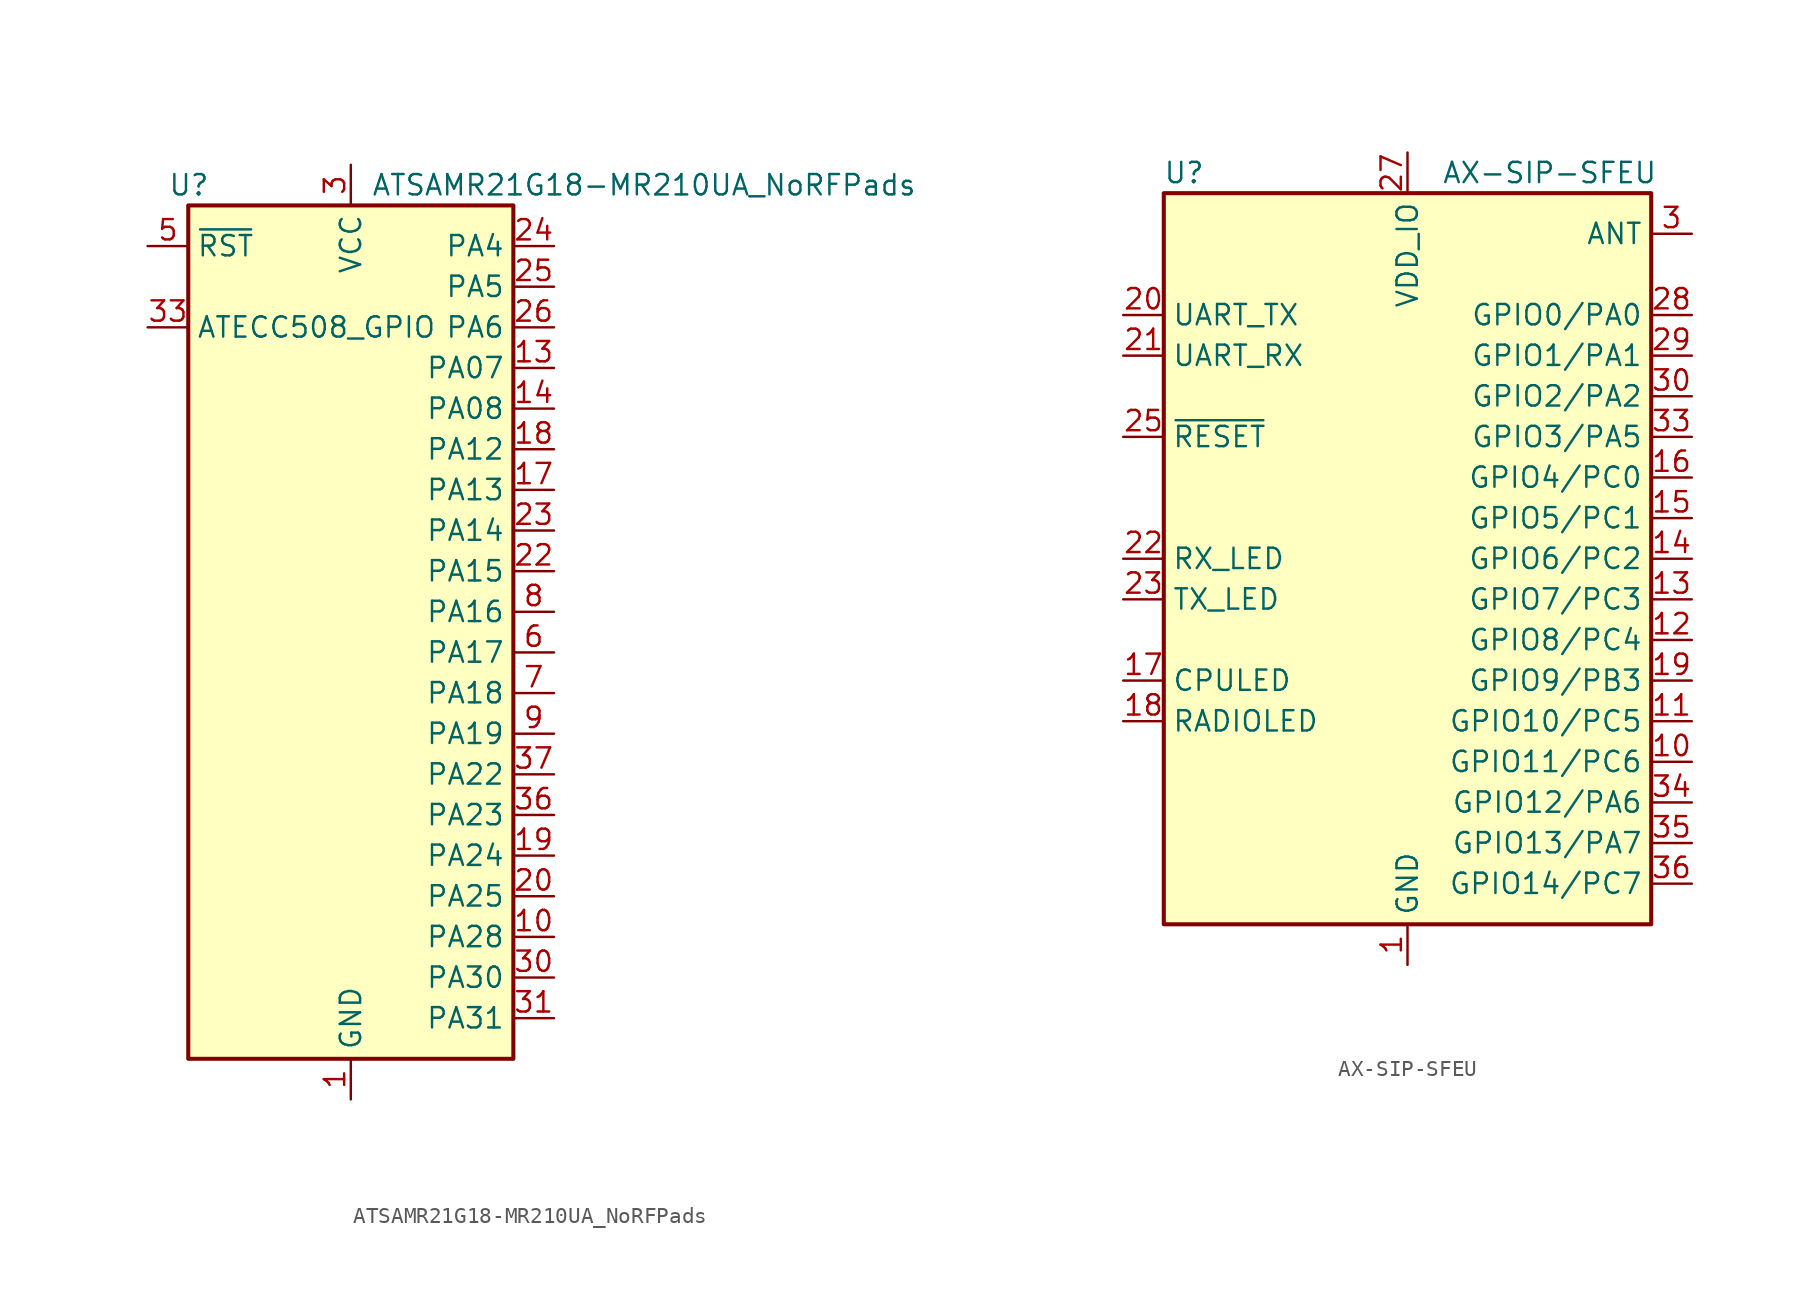
<source format=kicad_sym>
(kicad_symbol_lib
  (version 20241209)
  (generator "kicad_symbol_editor")
  (generator_version "9.0")
  (symbol "ATSAMR21G18-MR210UA_NoRFPads"
    (property "Reference" "U"
      (at -11.43 29.21 0)
      (effects (font (size 1.27 1.27)) (justify left)))
    (property "Value" "ATSAMR21G18-MR210UA_NoRFPads"
      (at 1.27 29.21 0)
      (effects (font (size 1.27 1.27)) (justify left)))
    (symbol "ATSAMR21G18-MR210UA_NoRFPads_1_1"
      (rectangle (start -10.16 27.94) (end 10.16 -25.4) (stroke (width 0.254) (type default)) (fill (type background)))
      (pin input line (at -12.7 25.4 0) (length 2.54) (name "~{RST}" (effects (font (size 1.27 1.27)))) (number "5" (effects (font (size 1.27 1.27)))))
      (pin bidirectional line (at -12.7 20.32 0) (length 2.54) (name "ATECC508_GPIO" (effects (font (size 1.27 1.27)))) (number "33" (effects (font (size 1.27 1.27)))))
      (pin no_connect line (at -10.16 15.24 0) (length 2.54) (hide yes) (name "NC" (effects (font (size 1.27 1.27)))) (number "11" (effects (font (size 1.27 1.27)))))
      (pin no_connect line (at -10.16 12.7 0) (length 2.54) (hide yes) (name "NC" (effects (font (size 1.27 1.27)))) (number "15" (effects (font (size 1.27 1.27)))))
      (pin no_connect line (at -10.16 10.16 0) (length 2.54) (hide yes) (name "NC" (effects (font (size 1.27 1.27)))) (number "16" (effects (font (size 1.27 1.27)))))
      (pin no_connect line (at -10.16 7.62 0) (length 2.54) (hide yes) (name "NC" (effects (font (size 1.27 1.27)))) (number "21" (effects (font (size 1.27 1.27)))))
      (pin no_connect line (at -10.16 5.08 0) (length 2.54) (hide yes) (name "NC" (effects (font (size 1.27 1.27)))) (number "27" (effects (font (size 1.27 1.27)))))
      (pin no_connect line (at -10.16 2.54 0) (length 2.54) (hide yes) (name "NC" (effects (font (size 1.27 1.27)))) (number "28" (effects (font (size 1.27 1.27)))))
      (pin no_connect line (at -10.16 0 0) (length 2.54) (hide yes) (name "NC" (effects (font (size 1.27 1.27)))) (number "32" (effects (font (size 1.27 1.27)))))
      (pin no_connect line (at -10.16 -2.54 0) (length 2.54) (hide yes) (name "NC" (effects (font (size 1.27 1.27)))) (number "34" (effects (font (size 1.27 1.27)))))
      (pin no_connect line (at -10.16 -5.08 0) (length 2.54) (hide yes) (name "NC" (effects (font (size 1.27 1.27)))) (number "35" (effects (font (size 1.27 1.27)))))
      (pin no_connect line (at -10.16 -7.62 0) (length 2.54) (hide yes) (name "NC" (effects (font (size 1.27 1.27)))) (number "38" (effects (font (size 1.27 1.27)))))
      (pin no_connect line (at -10.16 -10.16 0) (length 2.54) (hide yes) (name "NC" (effects (font (size 1.27 1.27)))) (number "39" (effects (font (size 1.27 1.27)))))
      (pin no_connect line (at -10.16 -12.7 0) (length 2.54) (hide yes) (name "NC" (effects (font (size 1.27 1.27)))) (number "40" (effects (font (size 1.27 1.27)))))
      (pin power_in line (at 0 30.48 270) (length 2.54) (name "VCC" (effects (font (size 1.27 1.27)))) (number "3" (effects (font (size 1.27 1.27)))))
      (pin passive line (at 0 30.48 270) (length 2.54) (hide yes) (name "VCC" (effects (font (size 1.27 1.27)))) (number "4" (effects (font (size 1.27 1.27)))))
      (pin power_in line (at 0 -27.94 90) (length 2.54) (name "GND" (effects (font (size 1.27 1.27)))) (number "1" (effects (font (size 1.27 1.27)))))
      (pin passive line (at 0 -27.94 90) (length 2.54) (hide yes) (name "GND" (effects (font (size 1.27 1.27)))) (number "12" (effects (font (size 1.27 1.27)))))
      (pin passive line (at 0 -27.94 90) (length 2.54) (hide yes) (name "GND" (effects (font (size 1.27 1.27)))) (number "2" (effects (font (size 1.27 1.27)))))
      (pin passive line (at 0 -27.94 90) (length 2.54) (hide yes) (name "GND" (effects (font (size 1.27 1.27)))) (number "29" (effects (font (size 1.27 1.27)))))
      (pin passive line (at 0 -27.94 90) (length 2.54) (hide yes) (name "GND" (effects (font (size 1.27 1.27)))) (number "41" (effects (font (size 1.27 1.27)))))
      (pin passive line (at 0 -27.94 90) (length 2.54) (hide yes) (name "GND" (effects (font (size 1.27 1.27)))) (number "42" (effects (font (size 1.27 1.27)))))
      (pin bidirectional line (at 12.7 25.4 180) (length 2.54) (name "PA4" (effects (font (size 1.27 1.27)))) (number "24" (effects (font (size 1.27 1.27)))))
      (pin bidirectional line (at 12.7 22.86 180) (length 2.54) (name "PA5" (effects (font (size 1.27 1.27)))) (number "25" (effects (font (size 1.27 1.27)))))
      (pin bidirectional line (at 12.7 20.32 180) (length 2.54) (name "PA6" (effects (font (size 1.27 1.27)))) (number "26" (effects (font (size 1.27 1.27)))))
      (pin bidirectional line (at 12.7 17.78 180) (length 2.54) (name "PA07" (effects (font (size 1.27 1.27)))) (number "13" (effects (font (size 1.27 1.27)))))
      (pin bidirectional line (at 12.7 15.24 180) (length 2.54) (name "PA08" (effects (font (size 1.27 1.27)))) (number "14" (effects (font (size 1.27 1.27)))))
      (pin bidirectional line (at 12.7 12.7 180) (length 2.54) (name "PA12" (effects (font (size 1.27 1.27)))) (number "18" (effects (font (size 1.27 1.27)))))
      (pin bidirectional line (at 12.7 10.16 180) (length 2.54) (name "PA13" (effects (font (size 1.27 1.27)))) (number "17" (effects (font (size 1.27 1.27)))))
      (pin bidirectional line (at 12.7 7.62 180) (length 2.54) (name "PA14" (effects (font (size 1.27 1.27)))) (number "23" (effects (font (size 1.27 1.27)))))
      (pin bidirectional line (at 12.7 5.08 180) (length 2.54) (name "PA15" (effects (font (size 1.27 1.27)))) (number "22" (effects (font (size 1.27 1.27)))))
      (pin bidirectional line (at 12.7 2.54 180) (length 2.54) (name "PA16" (effects (font (size 1.27 1.27)))) (number "8" (effects (font (size 1.27 1.27)))))
      (pin bidirectional line (at 12.7 0 180) (length 2.54) (name "PA17" (effects (font (size 1.27 1.27)))) (number "6" (effects (font (size 1.27 1.27)))))
      (pin bidirectional line (at 12.7 -2.54 180) (length 2.54) (name "PA18" (effects (font (size 1.27 1.27)))) (number "7" (effects (font (size 1.27 1.27)))))
      (pin bidirectional line (at 12.7 -5.08 180) (length 2.54) (name "PA19" (effects (font (size 1.27 1.27)))) (number "9" (effects (font (size 1.27 1.27)))))
      (pin bidirectional line (at 12.7 -7.62 180) (length 2.54) (name "PA22" (effects (font (size 1.27 1.27)))) (number "37" (effects (font (size 1.27 1.27)))))
      (pin bidirectional line (at 12.7 -10.16 180) (length 2.54) (name "PA23" (effects (font (size 1.27 1.27)))) (number "36" (effects (font (size 1.27 1.27)))))
      (pin bidirectional line (at 12.7 -12.7 180) (length 2.54) (name "PA24" (effects (font (size 1.27 1.27)))) (number "19" (effects (font (size 1.27 1.27)))))
      (pin bidirectional line (at 12.7 -15.24 180) (length 2.54) (name "PA25" (effects (font (size 1.27 1.27)))) (number "20" (effects (font (size 1.27 1.27)))))
      (pin bidirectional line (at 12.7 -17.78 180) (length 2.54) (name "PA28" (effects (font (size 1.27 1.27)))) (number "10" (effects (font (size 1.27 1.27)))))
      (pin bidirectional line (at 12.7 -20.32 180) (length 2.54) (name "PA30" (effects (font (size 1.27 1.27)))) (number "30" (effects (font (size 1.27 1.27)))))
      (pin bidirectional line (at 12.7 -22.86 180) (length 2.54) (name "PA31" (effects (font (size 1.27 1.27)))) (number "31" (effects (font (size 1.27 1.27)))))))
  (symbol "AX-SIP-SFEU"
    (property "Reference" "U"
      (at -13.97 24.13 0)
      (effects (font (size 1.27 1.27))))
    (property "Value" "AX-SIP-SFEU"
      (at 8.89 24.13 0)
      (effects (font (size 1.27 1.27))))
    (symbol "AX-SIP-SFEU_0_1"
      (rectangle (start -15.24 22.86) (end 15.24 -22.86) (stroke (width 0.254) (type default)) (fill (type background))))
    (symbol "AX-SIP-SFEU_1_1"
      (pin output line (at -17.78 15.24 0) (length 2.54) (name "UART_TX" (effects (font (size 1.27 1.27)))) (number "20" (effects (font (size 1.27 1.27)))))
      (pin input line (at -17.78 12.7 0) (length 2.54) (name "UART_RX" (effects (font (size 1.27 1.27)))) (number "21" (effects (font (size 1.27 1.27)))))
      (pin input line (at -17.78 7.62 0) (length 2.54) (name "~{RESET}" (effects (font (size 1.27 1.27)))) (number "25" (effects (font (size 1.27 1.27)))))
      (pin output line (at -17.78 0 0) (length 2.54) (name "RX_LED" (effects (font (size 1.27 1.27)))) (number "22" (effects (font (size 1.27 1.27)))))
      (pin output line (at -17.78 -2.54 0) (length 2.54) (name "TX_LED" (effects (font (size 1.27 1.27)))) (number "23" (effects (font (size 1.27 1.27)))))
      (pin output line (at -17.78 -7.62 0) (length 2.54) (name "CPULED" (effects (font (size 1.27 1.27)))) (number "17" (effects (font (size 1.27 1.27)))))
      (pin output line (at -17.78 -10.16 0) (length 2.54) (name "RADIOLED" (effects (font (size 1.27 1.27)))) (number "18" (effects (font (size 1.27 1.27)))))
      (pin no_connect line (at -15.24 2.54 0) (length 2.54) (hide yes) (name "NC24" (effects (font (size 1.27 1.27)))) (number "24" (effects (font (size 1.27 1.27)))))
      (pin no_connect line (at -10.16 22.86 270) (length 2.54) (hide yes) (name "NC" (effects (font (size 1.27 1.27)))) (number "5" (effects (font (size 1.27 1.27)))))
      (pin no_connect line (at -7.62 22.86 270) (length 2.54) (hide yes) (name "NC" (effects (font (size 1.27 1.27)))) (number "7" (effects (font (size 1.27 1.27)))))
      (pin no_connect line (at -5.08 22.86 270) (length 2.54) (hide yes) (name "NC" (effects (font (size 1.27 1.27)))) (number "8" (effects (font (size 1.27 1.27)))))
      (pin no_connect line (at -2.54 22.86 270) (length 2.54) (hide yes) (name "NC" (effects (font (size 1.27 1.27)))) (number "9" (effects (font (size 1.27 1.27)))))
      (pin power_in line (at 0 25.4 270) (length 2.54) (name "VDD_IO" (effects (font (size 1.27 1.27)))) (number "27" (effects (font (size 1.27 1.27)))))
      (pin power_in line (at 0 -25.4 90) (length 2.54) (name "GND" (effects (font (size 1.27 1.27)))) (number "1" (effects (font (size 1.27 1.27)))))
      (pin passive line (at 0 -25.4 90) (length 2.54) (hide yes) (name "GND" (effects (font (size 1.27 1.27)))) (number "2" (effects (font (size 1.27 1.27)))))
      (pin passive line (at 0 -25.4 90) (length 2.54) (hide yes) (name "GND" (effects (font (size 1.27 1.27)))) (number "26" (effects (font (size 1.27 1.27)))))
      (pin passive line (at 0 -25.4 90) (length 2.54) (hide yes) (name "GND" (effects (font (size 1.27 1.27)))) (number "39" (effects (font (size 1.27 1.27)))))
      (pin passive line (at 0 -25.4 90) (length 2.54) (hide yes) (name "GND" (effects (font (size 1.27 1.27)))) (number "4" (effects (font (size 1.27 1.27)))))
      (pin passive line (at 0 -25.4 90) (length 2.54) (hide yes) (name "GND" (effects (font (size 1.27 1.27)))) (number "40" (effects (font (size 1.27 1.27)))))
      (pin passive line (at 0 -25.4 90) (length 2.54) (hide yes) (name "GND" (effects (font (size 1.27 1.27)))) (number "41" (effects (font (size 1.27 1.27)))))
      (pin passive line (at 0 -25.4 90) (length 2.54) (hide yes) (name "GND" (effects (font (size 1.27 1.27)))) (number "42" (effects (font (size 1.27 1.27)))))
      (pin passive line (at 0 -25.4 90) (length 2.54) (hide yes) (name "GND" (effects (font (size 1.27 1.27)))) (number "43" (effects (font (size 1.27 1.27)))))
      (pin passive line (at 0 -25.4 90) (length 2.54) (hide yes) (name "GND" (effects (font (size 1.27 1.27)))) (number "44" (effects (font (size 1.27 1.27)))))
      (pin passive line (at 0 -25.4 90) (length 2.54) (hide yes) (name "GND" (effects (font (size 1.27 1.27)))) (number "6" (effects (font (size 1.27 1.27)))))
      (pin no_connect line (at 2.54 22.86 270) (length 2.54) (hide yes) (name "NC" (effects (font (size 1.27 1.27)))) (number "31" (effects (font (size 1.27 1.27)))))
      (pin no_connect line (at 5.08 22.86 270) (length 2.54) (hide yes) (name "NC" (effects (font (size 1.27 1.27)))) (number "32" (effects (font (size 1.27 1.27)))))
      (pin no_connect line (at 7.62 22.86 270) (length 2.54) (hide yes) (name "NC" (effects (font (size 1.27 1.27)))) (number "37" (effects (font (size 1.27 1.27)))))
      (pin no_connect line (at 10.16 22.86 270) (length 2.54) (hide yes) (name "NC" (effects (font (size 1.27 1.27)))) (number "38" (effects (font (size 1.27 1.27)))))
      (pin passive line (at 17.78 20.32 180) (length 2.54) (name "ANT" (effects (font (size 1.27 1.27)))) (number "3" (effects (font (size 1.27 1.27)))))
      (pin bidirectional line (at 17.78 15.24 180) (length 2.54) (name "GPIO0/PA0" (effects (font (size 1.27 1.27)))) (number "28" (effects (font (size 1.27 1.27)))))
      (pin bidirectional line (at 17.78 12.7 180) (length 2.54) (name "GPIO1/PA1" (effects (font (size 1.27 1.27)))) (number "29" (effects (font (size 1.27 1.27)))))
      (pin bidirectional line (at 17.78 10.16 180) (length 2.54) (name "GPIO2/PA2" (effects (font (size 1.27 1.27)))) (number "30" (effects (font (size 1.27 1.27)))))
      (pin bidirectional line (at 17.78 7.62 180) (length 2.54) (name "GPIO3/PA5" (effects (font (size 1.27 1.27)))) (number "33" (effects (font (size 1.27 1.27)))))
      (pin bidirectional line (at 17.78 5.08 180) (length 2.54) (name "GPIO4/PC0" (effects (font (size 1.27 1.27)))) (number "16" (effects (font (size 1.27 1.27)))))
      (pin bidirectional line (at 17.78 2.54 180) (length 2.54) (name "GPIO5/PC1" (effects (font (size 1.27 1.27)))) (number "15" (effects (font (size 1.27 1.27)))))
      (pin bidirectional line (at 17.78 0 180) (length 2.54) (name "GPIO6/PC2" (effects (font (size 1.27 1.27)))) (number "14" (effects (font (size 1.27 1.27)))))
      (pin bidirectional line (at 17.78 -2.54 180) (length 2.54) (name "GPIO7/PC3" (effects (font (size 1.27 1.27)))) (number "13" (effects (font (size 1.27 1.27)))))
      (pin bidirectional line (at 17.78 -5.08 180) (length 2.54) (name "GPIO8/PC4" (effects (font (size 1.27 1.27)))) (number "12" (effects (font (size 1.27 1.27)))))
      (pin bidirectional line (at 17.78 -7.62 180) (length 2.54) (name "GPIO9/PB3" (effects (font (size 1.27 1.27)))) (number "19" (effects (font (size 1.27 1.27)))))
      (pin bidirectional line (at 17.78 -10.16 180) (length 2.54) (name "GPIO10/PC5" (effects (font (size 1.27 1.27)))) (number "11" (effects (font (size 1.27 1.27)))))
      (pin bidirectional line (at 17.78 -12.7 180) (length 2.54) (name "GPIO11/PC6" (effects (font (size 1.27 1.27)))) (number "10" (effects (font (size 1.27 1.27)))))
      (pin bidirectional line (at 17.78 -15.24 180) (length 2.54) (name "GPIO12/PA6" (effects (font (size 1.27 1.27)))) (number "34" (effects (font (size 1.27 1.27)))))
      (pin bidirectional line (at 17.78 -17.78 180) (length 2.54) (name "GPIO13/PA7" (effects (font (size 1.27 1.27)))) (number "35" (effects (font (size 1.27 1.27)))))
      (pin bidirectional line (at 17.78 -20.32 180) (length 2.54) (name "GPIO14/PC7" (effects (font (size 1.27 1.27)))) (number "36" (effects (font (size 1.27 1.27))))))))
</source>
